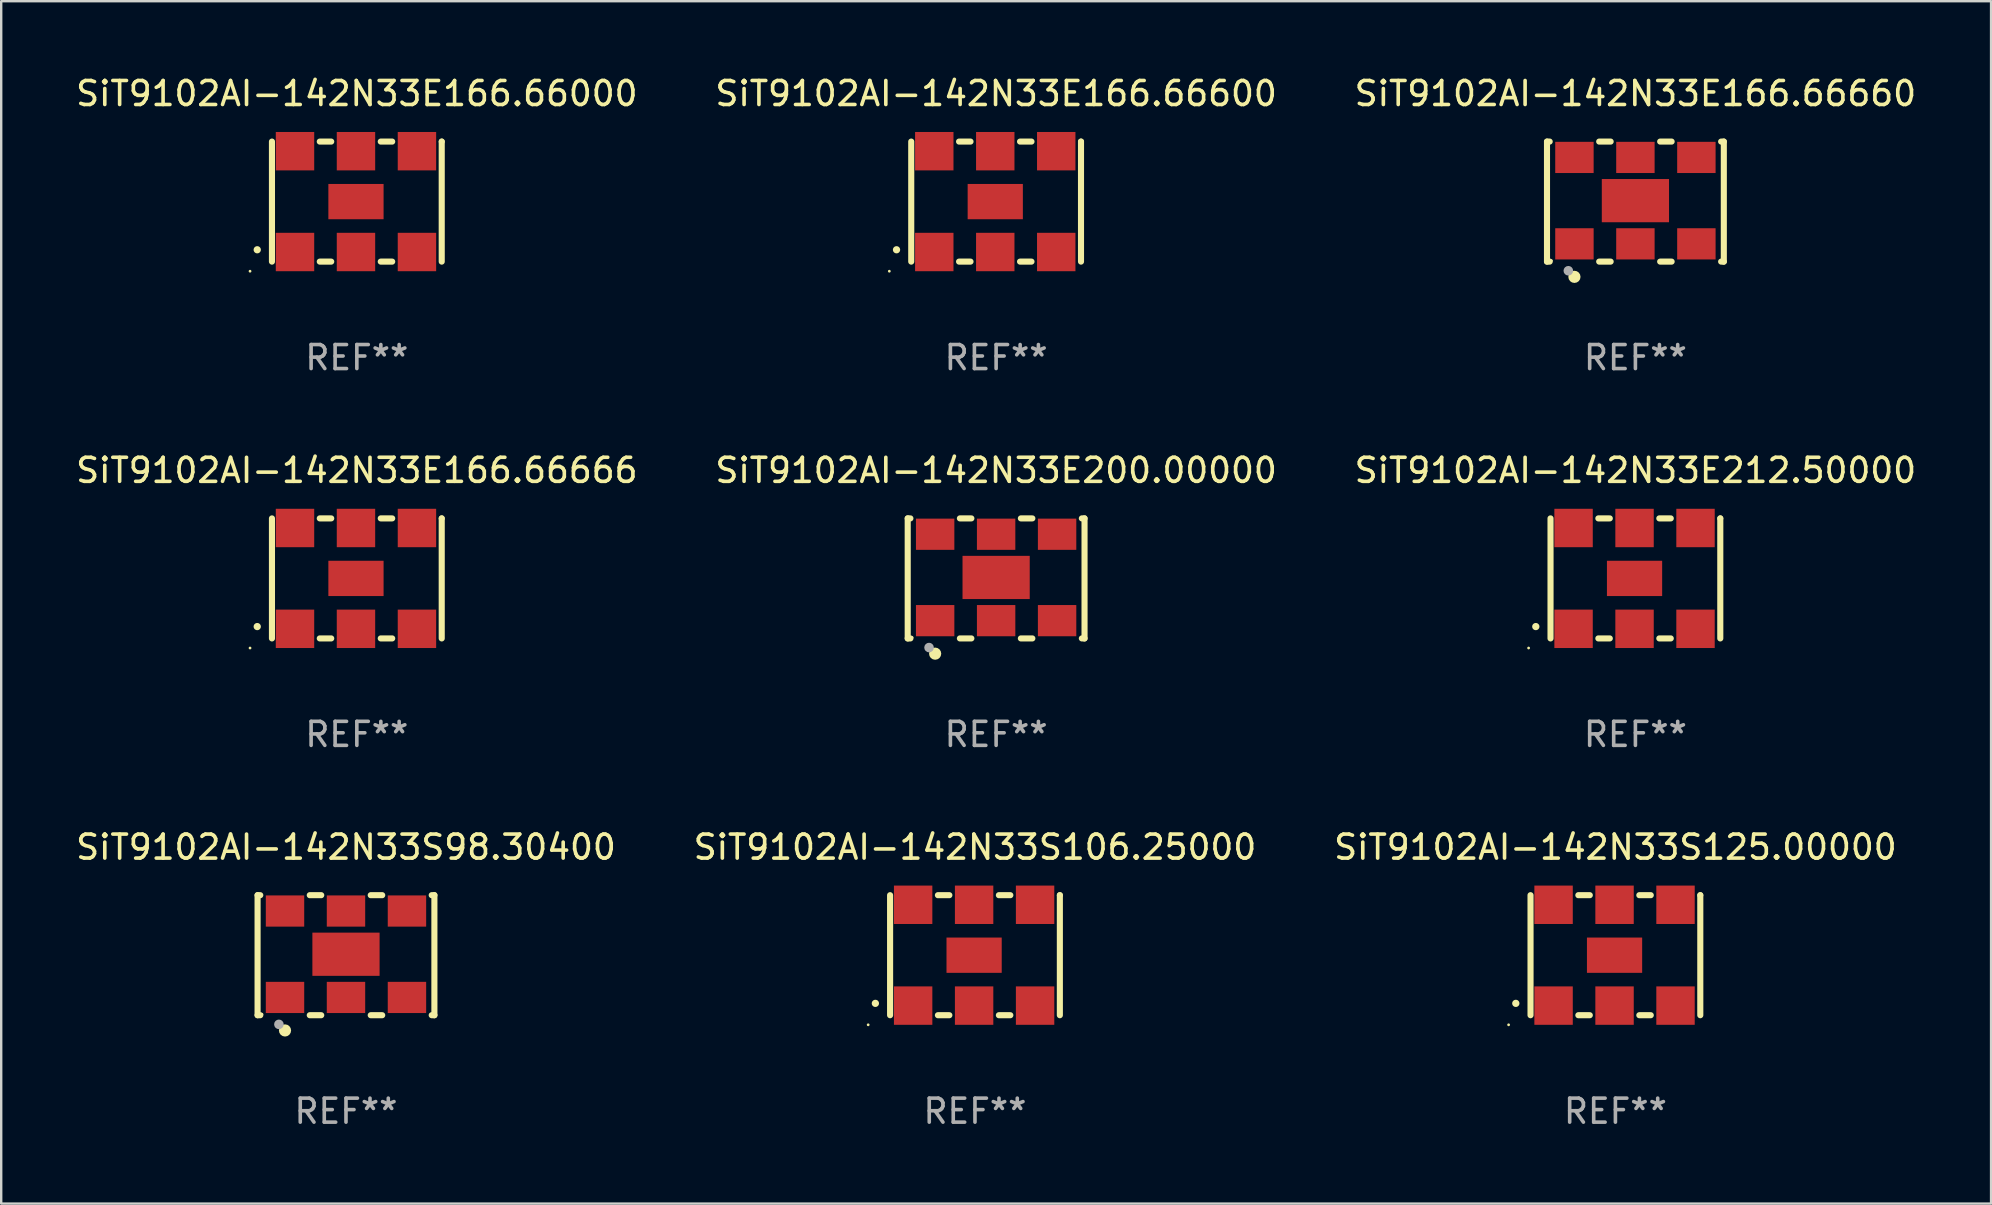
<source format=kicad_pcb>
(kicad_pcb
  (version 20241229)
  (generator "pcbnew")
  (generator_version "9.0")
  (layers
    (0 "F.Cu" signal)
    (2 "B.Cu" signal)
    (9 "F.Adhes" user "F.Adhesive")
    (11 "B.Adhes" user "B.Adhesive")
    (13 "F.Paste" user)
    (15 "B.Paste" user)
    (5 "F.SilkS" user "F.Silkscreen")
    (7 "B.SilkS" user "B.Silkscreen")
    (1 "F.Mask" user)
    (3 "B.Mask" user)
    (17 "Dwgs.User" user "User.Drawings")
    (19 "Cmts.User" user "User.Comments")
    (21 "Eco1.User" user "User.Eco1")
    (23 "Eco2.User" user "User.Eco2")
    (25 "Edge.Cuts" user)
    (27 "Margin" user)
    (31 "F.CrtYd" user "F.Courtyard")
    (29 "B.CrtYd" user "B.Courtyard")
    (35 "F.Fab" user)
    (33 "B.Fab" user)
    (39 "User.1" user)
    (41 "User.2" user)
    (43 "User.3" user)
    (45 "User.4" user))
  (footprint "SiT9102AI-142N33E166.66000"
    (layer "F.Cu")
    (at 11.815 5.348)
    (property "Reference" "SiT9102AI-142N33E166.66000" (at 0 -4.5 0) (layer "F.SilkS") (effects (font (size 1 1) (thickness 0.15))))
    (attr through_hole)
    (fp_line (start -3.536 -2.5) (end -3.536 2.5) (stroke (width 0.254) (type solid)) (layer "F.SilkS"))
    (fp_line (start -1.544 2.5) (end -1.067 2.5) (stroke (width 0.254) (type solid)) (layer "F.SilkS"))
    (fp_line (start -1.067 -2.5) (end -1.544 -2.5) (stroke (width 0.254) (type solid)) (layer "F.SilkS"))
    (fp_line (start 0.996 2.5) (end 1.473 2.5) (stroke (width 0.254) (type solid)) (layer "F.SilkS"))
    (fp_line (start 1.473 -2.5) (end 0.996 -2.5) (stroke (width 0.254) (type solid)) (layer "F.SilkS"))
    (fp_line (start 3.536 -2.5) (end 3.536 -2.5) (stroke (width 0.254) (type solid)) (layer "F.SilkS"))
    (fp_line (start 3.536 2.5) (end 3.536 -2.5) (stroke (width 0.254) (type solid)) (layer "F.SilkS"))
    (fp_arc (start -4.150432 2.006604) (mid -4.149162 2.006599) (end -4.147892 2.006604) (stroke (width 0.3) (type solid)) (layer "F.SilkS"))
    (fp_circle (center -4.449 2.9) (end -4.419 2.9) (stroke (width 0.06) (type solid)) (fill no) (layer "F.SilkS"))
    (fp_text user "REF**" (at 0 6.5 0) (layer "F.Fab") (effects (font (size 1 1) (thickness 0.15))))
    (pad "1" smd rect (at -2.576 2.1) (size 1.6 1.6) (layers "F.Cu" "F.Mask" "F.Paste"))
    (pad "2" smd rect (at -0.036 2.1) (size 1.6 1.6) (layers "F.Cu" "F.Mask" "F.Paste"))
    (pad "3" smd rect (at 2.504 2.1) (size 1.6 1.6) (layers "F.Cu" "F.Mask" "F.Paste"))
    (pad "4" smd rect (at 2.504 -2.1) (size 1.6 1.6) (layers "F.Cu" "F.Mask" "F.Paste"))
    (pad "5" smd rect (at -0.036 -2.1) (size 1.6 1.6) (layers "F.Cu" "F.Mask" "F.Paste"))
    (pad "6" smd rect (at -2.576 -2.1) (size 1.6 1.6) (layers "F.Cu" "F.Mask" "F.Paste"))
    (pad "7" smd rect (at -0.036 0) (size 2.3 1.47) (layers "F.Cu" "F.Mask" "F.Paste")))
  (footprint "SiT9102AI-142N33E200.00000"
    (layer "F.Cu")
    (at 38.446 21.045)
    (property "Reference" "SiT9102AI-142N33E200.00000" (at 0 -4.5 0) (layer "F.SilkS") (effects (font (size 1 1) (thickness 0.15))))
    (attr through_hole)
    (fp_line (start -3.683 -2.5) (end -3.571 -2.5) (stroke (width 0.254) (type solid)) (layer "F.SilkS"))
    (fp_line (start -3.683 2.5) (end -3.683 -2.5) (stroke (width 0.254) (type solid)) (layer "F.SilkS"))
    (fp_line (start -3.683 2.5) (end -3.571 2.5) (stroke (width 0.254) (type solid)) (layer "F.SilkS"))
    (fp_line (start -1.509 -2.5) (end -1.031 -2.5) (stroke (width 0.254) (type solid)) (layer "F.SilkS"))
    (fp_line (start -1.509 2.5) (end -1.031 2.5) (stroke (width 0.254) (type solid)) (layer "F.SilkS"))
    (fp_line (start 1.031 -2.5) (end 1.509 -2.5) (stroke (width 0.254) (type solid)) (layer "F.SilkS"))
    (fp_line (start 1.031 2.5) (end 1.509 2.5) (stroke (width 0.254) (type solid)) (layer "F.SilkS"))
    (fp_line (start 3.571 -2.5) (end 3.683 -2.5) (stroke (width 0.254) (type solid)) (layer "F.SilkS"))
    (fp_line (start 3.571 2.5) (end 3.683 2.5) (stroke (width 0.254) (type solid)) (layer "F.SilkS"))
    (fp_line (start 3.683 2.5) (end 3.683 -2.5) (stroke (width 0.254) (type solid)) (layer "F.SilkS"))
    (fp_circle (center -3.5 2.46) (end -3.47 2.46) (stroke (width 0.06) (type solid)) (fill no) (layer "F.SilkS"))
    (fp_circle (center -2.54 3.135) (end -2.413 3.135) (stroke (width 0.254) (type solid)) (fill no) (layer "F.SilkS"))
    (fp_circle (center -2.794 2.881) (end -2.694 2.881) (stroke (width 0.2) (type solid)) (fill no) (layer "F.Fab"))
    (fp_text user "REF**" (at 0 6.5 0) (layer "F.Fab") (effects (font (size 1 1) (thickness 0.15))))
    (pad "1" smd rect (at -2.54 1.76) (size 1.6 1.3) (layers "F.Cu" "F.Mask" "F.Paste"))
    (pad "2" smd rect (at 0 1.76) (size 1.6 1.3) (layers "F.Cu" "F.Mask" "F.Paste"))
    (pad "3" smd rect (at 2.54 1.76) (size 1.6 1.3) (layers "F.Cu" "F.Mask" "F.Paste"))
    (pad "4" smd rect (at 2.54 -1.84) (size 1.6 1.3) (layers "F.Cu" "F.Mask" "F.Paste"))
    (pad "5" smd rect (at 0 -1.84) (size 1.6 1.3) (layers "F.Cu" "F.Mask" "F.Paste"))
    (pad "6" smd rect (at -2.54 -1.84) (size 1.6 1.3) (layers "F.Cu" "F.Mask" "F.Paste"))
    (pad "7" smd rect (at 0 -0.04) (size 2.8 1.8) (layers "F.Cu" "F.Mask" "F.Paste")))
  (footprint "SiT9102AI-142N33E212.50000"
    (layer "F.Cu")
    (at 65.077 21.045)
    (property "Reference" "SiT9102AI-142N33E212.50000" (at 0 -4.5 0) (layer "F.SilkS") (effects (font (size 1 1) (thickness 0.15))))
    (attr through_hole)
    (fp_line (start -3.536 -2.5) (end -3.536 2.5) (stroke (width 0.254) (type solid)) (layer "F.SilkS"))
    (fp_line (start -1.544 2.5) (end -1.067 2.5) (stroke (width 0.254) (type solid)) (layer "F.SilkS"))
    (fp_line (start -1.067 -2.5) (end -1.544 -2.5) (stroke (width 0.254) (type solid)) (layer "F.SilkS"))
    (fp_line (start 0.996 2.5) (end 1.473 2.5) (stroke (width 0.254) (type solid)) (layer "F.SilkS"))
    (fp_line (start 1.473 -2.5) (end 0.996 -2.5) (stroke (width 0.254) (type solid)) (layer "F.SilkS"))
    (fp_line (start 3.536 -2.5) (end 3.536 -2.5) (stroke (width 0.254) (type solid)) (layer "F.SilkS"))
    (fp_line (start 3.536 2.5) (end 3.536 -2.5) (stroke (width 0.254) (type solid)) (layer "F.SilkS"))
    (fp_arc (start -4.150432 2.006604) (mid -4.149162 2.006599) (end -4.147892 2.006604) (stroke (width 0.3) (type solid)) (layer "F.SilkS"))
    (fp_circle (center -4.449 2.9) (end -4.419 2.9) (stroke (width 0.06) (type solid)) (fill no) (layer "F.SilkS"))
    (fp_text user "REF**" (at 0 6.5 0) (layer "F.Fab") (effects (font (size 1 1) (thickness 0.15))))
    (pad "1" smd rect (at -2.576 2.1) (size 1.6 1.6) (layers "F.Cu" "F.Mask" "F.Paste"))
    (pad "2" smd rect (at -0.036 2.1) (size 1.6 1.6) (layers "F.Cu" "F.Mask" "F.Paste"))
    (pad "3" smd rect (at 2.504 2.1) (size 1.6 1.6) (layers "F.Cu" "F.Mask" "F.Paste"))
    (pad "4" smd rect (at 2.504 -2.1) (size 1.6 1.6) (layers "F.Cu" "F.Mask" "F.Paste"))
    (pad "5" smd rect (at -0.036 -2.1) (size 1.6 1.6) (layers "F.Cu" "F.Mask" "F.Paste"))
    (pad "6" smd rect (at -2.576 -2.1) (size 1.6 1.6) (layers "F.Cu" "F.Mask" "F.Paste"))
    (pad "7" smd rect (at -0.036 0) (size 2.3 1.47) (layers "F.Cu" "F.Mask" "F.Paste")))
  (footprint "SiT9102AI-142N33E166.66666"
    (layer "F.Cu")
    (at 11.815 21.045)
    (property "Reference" "SiT9102AI-142N33E166.66666" (at 0 -4.5 0) (layer "F.SilkS") (effects (font (size 1 1) (thickness 0.15))))
    (attr through_hole)
    (fp_line (start -3.536 -2.5) (end -3.536 2.5) (stroke (width 0.254) (type solid)) (layer "F.SilkS"))
    (fp_line (start -1.544 2.5) (end -1.067 2.5) (stroke (width 0.254) (type solid)) (layer "F.SilkS"))
    (fp_line (start -1.067 -2.5) (end -1.544 -2.5) (stroke (width 0.254) (type solid)) (layer "F.SilkS"))
    (fp_line (start 0.996 2.5) (end 1.473 2.5) (stroke (width 0.254) (type solid)) (layer "F.SilkS"))
    (fp_line (start 1.473 -2.5) (end 0.996 -2.5) (stroke (width 0.254) (type solid)) (layer "F.SilkS"))
    (fp_line (start 3.536 -2.5) (end 3.536 -2.5) (stroke (width 0.254) (type solid)) (layer "F.SilkS"))
    (fp_line (start 3.536 2.5) (end 3.536 -2.5) (stroke (width 0.254) (type solid)) (layer "F.SilkS"))
    (fp_arc (start -4.150432 2.006604) (mid -4.149162 2.006599) (end -4.147892 2.006604) (stroke (width 0.3) (type solid)) (layer "F.SilkS"))
    (fp_circle (center -4.449 2.9) (end -4.419 2.9) (stroke (width 0.06) (type solid)) (fill no) (layer "F.SilkS"))
    (fp_text user "REF**" (at 0 6.5 0) (layer "F.Fab") (effects (font (size 1 1) (thickness 0.15))))
    (pad "1" smd rect (at -2.576 2.1) (size 1.6 1.6) (layers "F.Cu" "F.Mask" "F.Paste"))
    (pad "2" smd rect (at -0.036 2.1) (size 1.6 1.6) (layers "F.Cu" "F.Mask" "F.Paste"))
    (pad "3" smd rect (at 2.504 2.1) (size 1.6 1.6) (layers "F.Cu" "F.Mask" "F.Paste"))
    (pad "4" smd rect (at 2.504 -2.1) (size 1.6 1.6) (layers "F.Cu" "F.Mask" "F.Paste"))
    (pad "5" smd rect (at -0.036 -2.1) (size 1.6 1.6) (layers "F.Cu" "F.Mask" "F.Paste"))
    (pad "6" smd rect (at -2.576 -2.1) (size 1.6 1.6) (layers "F.Cu" "F.Mask" "F.Paste"))
    (pad "7" smd rect (at -0.036 0) (size 2.3 1.47) (layers "F.Cu" "F.Mask" "F.Paste")))
  (footprint "SiT9102AI-142N33S106.25000"
    (layer "F.Cu")
    (at 37.565 36.741)
    (property "Reference" "SiT9102AI-142N33S106.25000" (at 0 -4.5 0) (layer "F.SilkS") (effects (font (size 1 1) (thickness 0.15))))
    (attr through_hole)
    (fp_line (start -3.536 -2.5) (end -3.536 2.5) (stroke (width 0.254) (type solid)) (layer "F.SilkS"))
    (fp_line (start -1.544 2.5) (end -1.067 2.5) (stroke (width 0.254) (type solid)) (layer "F.SilkS"))
    (fp_line (start -1.067 -2.5) (end -1.544 -2.5) (stroke (width 0.254) (type solid)) (layer "F.SilkS"))
    (fp_line (start 0.996 2.5) (end 1.473 2.5) (stroke (width 0.254) (type solid)) (layer "F.SilkS"))
    (fp_line (start 1.473 -2.5) (end 0.996 -2.5) (stroke (width 0.254) (type solid)) (layer "F.SilkS"))
    (fp_line (start 3.536 -2.5) (end 3.536 -2.5) (stroke (width 0.254) (type solid)) (layer "F.SilkS"))
    (fp_line (start 3.536 2.5) (end 3.536 -2.5) (stroke (width 0.254) (type solid)) (layer "F.SilkS"))
    (fp_arc (start -4.150432 2.006604) (mid -4.149162 2.006599) (end -4.147892 2.006604) (stroke (width 0.3) (type solid)) (layer "F.SilkS"))
    (fp_circle (center -4.449 2.9) (end -4.419 2.9) (stroke (width 0.06) (type solid)) (fill no) (layer "F.SilkS"))
    (fp_text user "REF**" (at 0 6.5 0) (layer "F.Fab") (effects (font (size 1 1) (thickness 0.15))))
    (pad "1" smd rect (at -2.576 2.1) (size 1.6 1.6) (layers "F.Cu" "F.Mask" "F.Paste"))
    (pad "2" smd rect (at -0.036 2.1) (size 1.6 1.6) (layers "F.Cu" "F.Mask" "F.Paste"))
    (pad "3" smd rect (at 2.504 2.1) (size 1.6 1.6) (layers "F.Cu" "F.Mask" "F.Paste"))
    (pad "4" smd rect (at 2.504 -2.1) (size 1.6 1.6) (layers "F.Cu" "F.Mask" "F.Paste"))
    (pad "5" smd rect (at -0.036 -2.1) (size 1.6 1.6) (layers "F.Cu" "F.Mask" "F.Paste"))
    (pad "6" smd rect (at -2.576 -2.1) (size 1.6 1.6) (layers "F.Cu" "F.Mask" "F.Paste"))
    (pad "7" smd rect (at -0.036 0) (size 2.3 1.47) (layers "F.Cu" "F.Mask" "F.Paste")))
  (footprint "SiT9102AI-142N33S125.00000"
    (layer "F.Cu")
    (at 64.244 36.741)
    (property "Reference" "SiT9102AI-142N33S125.00000" (at 0 -4.5 0) (layer "F.SilkS") (effects (font (size 1 1) (thickness 0.15))))
    (attr through_hole)
    (fp_line (start -3.536 -2.5) (end -3.536 2.5) (stroke (width 0.254) (type solid)) (layer "F.SilkS"))
    (fp_line (start -1.544 2.5) (end -1.067 2.5) (stroke (width 0.254) (type solid)) (layer "F.SilkS"))
    (fp_line (start -1.067 -2.5) (end -1.544 -2.5) (stroke (width 0.254) (type solid)) (layer "F.SilkS"))
    (fp_line (start 0.996 2.5) (end 1.473 2.5) (stroke (width 0.254) (type solid)) (layer "F.SilkS"))
    (fp_line (start 1.473 -2.5) (end 0.996 -2.5) (stroke (width 0.254) (type solid)) (layer "F.SilkS"))
    (fp_line (start 3.536 -2.5) (end 3.536 -2.5) (stroke (width 0.254) (type solid)) (layer "F.SilkS"))
    (fp_line (start 3.536 2.5) (end 3.536 -2.5) (stroke (width 0.254) (type solid)) (layer "F.SilkS"))
    (fp_arc (start -4.150432 2.006604) (mid -4.149162 2.006599) (end -4.147892 2.006604) (stroke (width 0.3) (type solid)) (layer "F.SilkS"))
    (fp_circle (center -4.449 2.9) (end -4.419 2.9) (stroke (width 0.06) (type solid)) (fill no) (layer "F.SilkS"))
    (fp_text user "REF**" (at 0 6.5 0) (layer "F.Fab") (effects (font (size 1 1) (thickness 0.15))))
    (pad "1" smd rect (at -2.576 2.1) (size 1.6 1.6) (layers "F.Cu" "F.Mask" "F.Paste"))
    (pad "2" smd rect (at -0.036 2.1) (size 1.6 1.6) (layers "F.Cu" "F.Mask" "F.Paste"))
    (pad "3" smd rect (at 2.504 2.1) (size 1.6 1.6) (layers "F.Cu" "F.Mask" "F.Paste"))
    (pad "4" smd rect (at 2.504 -2.1) (size 1.6 1.6) (layers "F.Cu" "F.Mask" "F.Paste"))
    (pad "5" smd rect (at -0.036 -2.1) (size 1.6 1.6) (layers "F.Cu" "F.Mask" "F.Paste"))
    (pad "6" smd rect (at -2.576 -2.1) (size 1.6 1.6) (layers "F.Cu" "F.Mask" "F.Paste"))
    (pad "7" smd rect (at -0.036 0) (size 2.3 1.47) (layers "F.Cu" "F.Mask" "F.Paste")))
  (footprint "SiT9102AI-142N33E166.66600"
    (layer "F.Cu")
    (at 38.446 5.348)
    (property "Reference" "SiT9102AI-142N33E166.66600" (at 0 -4.5 0) (layer "F.SilkS") (effects (font (size 1 1) (thickness 0.15))))
    (attr through_hole)
    (fp_line (start -3.536 -2.5) (end -3.536 2.5) (stroke (width 0.254) (type solid)) (layer "F.SilkS"))
    (fp_line (start -1.544 2.5) (end -1.067 2.5) (stroke (width 0.254) (type solid)) (layer "F.SilkS"))
    (fp_line (start -1.067 -2.5) (end -1.544 -2.5) (stroke (width 0.254) (type solid)) (layer "F.SilkS"))
    (fp_line (start 0.996 2.5) (end 1.473 2.5) (stroke (width 0.254) (type solid)) (layer "F.SilkS"))
    (fp_line (start 1.473 -2.5) (end 0.996 -2.5) (stroke (width 0.254) (type solid)) (layer "F.SilkS"))
    (fp_line (start 3.536 -2.5) (end 3.536 -2.5) (stroke (width 0.254) (type solid)) (layer "F.SilkS"))
    (fp_line (start 3.536 2.5) (end 3.536 -2.5) (stroke (width 0.254) (type solid)) (layer "F.SilkS"))
    (fp_arc (start -4.150432 2.006604) (mid -4.149162 2.006599) (end -4.147892 2.006604) (stroke (width 0.3) (type solid)) (layer "F.SilkS"))
    (fp_circle (center -4.449 2.9) (end -4.419 2.9) (stroke (width 0.06) (type solid)) (fill no) (layer "F.SilkS"))
    (fp_text user "REF**" (at 0 6.5 0) (layer "F.Fab") (effects (font (size 1 1) (thickness 0.15))))
    (pad "1" smd rect (at -2.576 2.1) (size 1.6 1.6) (layers "F.Cu" "F.Mask" "F.Paste"))
    (pad "2" smd rect (at -0.036 2.1) (size 1.6 1.6) (layers "F.Cu" "F.Mask" "F.Paste"))
    (pad "3" smd rect (at 2.504 2.1) (size 1.6 1.6) (layers "F.Cu" "F.Mask" "F.Paste"))
    (pad "4" smd rect (at 2.504 -2.1) (size 1.6 1.6) (layers "F.Cu" "F.Mask" "F.Paste"))
    (pad "5" smd rect (at -0.036 -2.1) (size 1.6 1.6) (layers "F.Cu" "F.Mask" "F.Paste"))
    (pad "6" smd rect (at -2.576 -2.1) (size 1.6 1.6) (layers "F.Cu" "F.Mask" "F.Paste"))
    (pad "7" smd rect (at -0.036 0) (size 2.3 1.47) (layers "F.Cu" "F.Mask" "F.Paste")))
  (footprint "SiT9102AI-142N33E166.66660"
    (layer "F.Cu")
    (at 65.077 5.348)
    (property "Reference" "SiT9102AI-142N33E166.66660" (at 0 -4.5 0) (layer "F.SilkS") (effects (font (size 1 1) (thickness 0.15))))
    (attr through_hole)
    (fp_line (start -3.683 -2.5) (end -3.571 -2.5) (stroke (width 0.254) (type solid)) (layer "F.SilkS"))
    (fp_line (start -3.683 2.5) (end -3.683 -2.5) (stroke (width 0.254) (type solid)) (layer "F.SilkS"))
    (fp_line (start -3.683 2.5) (end -3.571 2.5) (stroke (width 0.254) (type solid)) (layer "F.SilkS"))
    (fp_line (start -1.509 -2.5) (end -1.031 -2.5) (stroke (width 0.254) (type solid)) (layer "F.SilkS"))
    (fp_line (start -1.509 2.5) (end -1.031 2.5) (stroke (width 0.254) (type solid)) (layer "F.SilkS"))
    (fp_line (start 1.031 -2.5) (end 1.509 -2.5) (stroke (width 0.254) (type solid)) (layer "F.SilkS"))
    (fp_line (start 1.031 2.5) (end 1.509 2.5) (stroke (width 0.254) (type solid)) (layer "F.SilkS"))
    (fp_line (start 3.571 -2.5) (end 3.683 -2.5) (stroke (width 0.254) (type solid)) (layer "F.SilkS"))
    (fp_line (start 3.571 2.5) (end 3.683 2.5) (stroke (width 0.254) (type solid)) (layer "F.SilkS"))
    (fp_line (start 3.683 2.5) (end 3.683 -2.5) (stroke (width 0.254) (type solid)) (layer "F.SilkS"))
    (fp_circle (center -3.5 2.46) (end -3.47 2.46) (stroke (width 0.06) (type solid)) (fill no) (layer "F.SilkS"))
    (fp_circle (center -2.54 3.135) (end -2.413 3.135) (stroke (width 0.254) (type solid)) (fill no) (layer "F.SilkS"))
    (fp_circle (center -2.794 2.881) (end -2.694 2.881) (stroke (width 0.2) (type solid)) (fill no) (layer "F.Fab"))
    (fp_text user "REF**" (at 0 6.5 0) (layer "F.Fab") (effects (font (size 1 1) (thickness 0.15))))
    (pad "1" smd rect (at -2.54 1.76) (size 1.6 1.3) (layers "F.Cu" "F.Mask" "F.Paste"))
    (pad "2" smd rect (at 0 1.76) (size 1.6 1.3) (layers "F.Cu" "F.Mask" "F.Paste"))
    (pad "3" smd rect (at 2.54 1.76) (size 1.6 1.3) (layers "F.Cu" "F.Mask" "F.Paste"))
    (pad "4" smd rect (at 2.54 -1.84) (size 1.6 1.3) (layers "F.Cu" "F.Mask" "F.Paste"))
    (pad "5" smd rect (at 0 -1.84) (size 1.6 1.3) (layers "F.Cu" "F.Mask" "F.Paste"))
    (pad "6" smd rect (at -2.54 -1.84) (size 1.6 1.3) (layers "F.Cu" "F.Mask" "F.Paste"))
    (pad "7" smd rect (at 0 -0.04) (size 2.8 1.8) (layers "F.Cu" "F.Mask" "F.Paste")))
  (footprint "SiT9102AI-142N33S98.30400"
    (layer "F.Cu")
    (at 11.363 36.741)
    (property "Reference" "SiT9102AI-142N33S98.30400" (at 0 -4.5 0) (layer "F.SilkS") (effects (font (size 1 1) (thickness 0.15))))
    (attr through_hole)
    (fp_line (start -3.683 -2.5) (end -3.571 -2.5) (stroke (width 0.254) (type solid)) (layer "F.SilkS"))
    (fp_line (start -3.683 2.5) (end -3.683 -2.5) (stroke (width 0.254) (type solid)) (layer "F.SilkS"))
    (fp_line (start -3.683 2.5) (end -3.571 2.5) (stroke (width 0.254) (type solid)) (layer "F.SilkS"))
    (fp_line (start -1.509 -2.5) (end -1.031 -2.5) (stroke (width 0.254) (type solid)) (layer "F.SilkS"))
    (fp_line (start -1.509 2.5) (end -1.031 2.5) (stroke (width 0.254) (type solid)) (layer "F.SilkS"))
    (fp_line (start 1.031 -2.5) (end 1.509 -2.5) (stroke (width 0.254) (type solid)) (layer "F.SilkS"))
    (fp_line (start 1.031 2.5) (end 1.509 2.5) (stroke (width 0.254) (type solid)) (layer "F.SilkS"))
    (fp_line (start 3.571 -2.5) (end 3.683 -2.5) (stroke (width 0.254) (type solid)) (layer "F.SilkS"))
    (fp_line (start 3.571 2.5) (end 3.683 2.5) (stroke (width 0.254) (type solid)) (layer "F.SilkS"))
    (fp_line (start 3.683 2.5) (end 3.683 -2.5) (stroke (width 0.254) (type solid)) (layer "F.SilkS"))
    (fp_circle (center -3.5 2.46) (end -3.47 2.46) (stroke (width 0.06) (type solid)) (fill no) (layer "F.SilkS"))
    (fp_circle (center -2.54 3.135) (end -2.413 3.135) (stroke (width 0.254) (type solid)) (fill no) (layer "F.SilkS"))
    (fp_circle (center -2.794 2.881) (end -2.694 2.881) (stroke (width 0.2) (type solid)) (fill no) (layer "F.Fab"))
    (fp_text user "REF**" (at 0 6.5 0) (layer "F.Fab") (effects (font (size 1 1) (thickness 0.15))))
    (pad "1" smd rect (at -2.54 1.76) (size 1.6 1.3) (layers "F.Cu" "F.Mask" "F.Paste"))
    (pad "2" smd rect (at 0 1.76) (size 1.6 1.3) (layers "F.Cu" "F.Mask" "F.Paste"))
    (pad "3" smd rect (at 2.54 1.76) (size 1.6 1.3) (layers "F.Cu" "F.Mask" "F.Paste"))
    (pad "4" smd rect (at 2.54 -1.84) (size 1.6 1.3) (layers "F.Cu" "F.Mask" "F.Paste"))
    (pad "5" smd rect (at 0 -1.84) (size 1.6 1.3) (layers "F.Cu" "F.Mask" "F.Paste"))
    (pad "6" smd rect (at -2.54 -1.84) (size 1.6 1.3) (layers "F.Cu" "F.Mask" "F.Paste"))
    (pad "7" smd rect (at 0 -0.04) (size 2.8 1.8) (layers "F.Cu" "F.Mask" "F.Paste")))
  (gr_rect
    (start -3 -3)
    (end 79.893 47.09)
    (stroke (width 0.1) (type default))
    (fill no)
    (layer "Edge.Cuts")))
</source>
